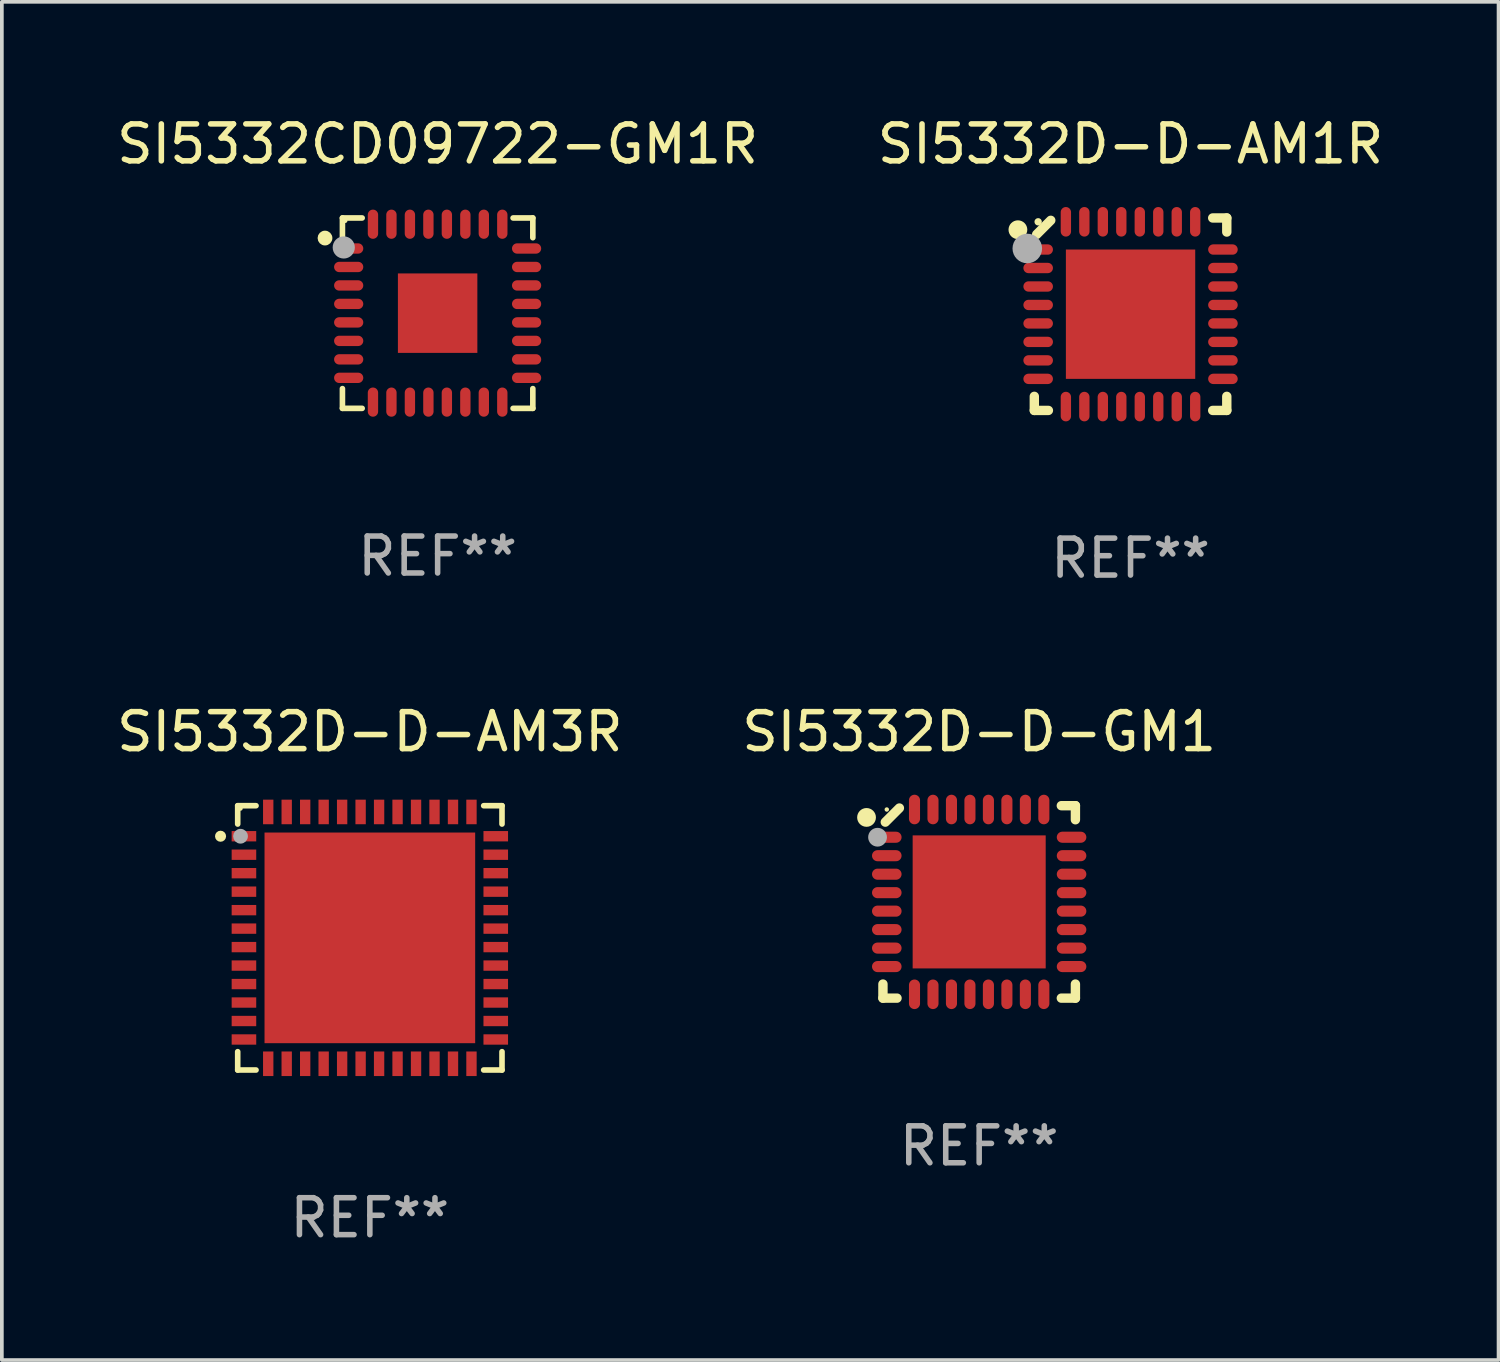
<source format=kicad_pcb>
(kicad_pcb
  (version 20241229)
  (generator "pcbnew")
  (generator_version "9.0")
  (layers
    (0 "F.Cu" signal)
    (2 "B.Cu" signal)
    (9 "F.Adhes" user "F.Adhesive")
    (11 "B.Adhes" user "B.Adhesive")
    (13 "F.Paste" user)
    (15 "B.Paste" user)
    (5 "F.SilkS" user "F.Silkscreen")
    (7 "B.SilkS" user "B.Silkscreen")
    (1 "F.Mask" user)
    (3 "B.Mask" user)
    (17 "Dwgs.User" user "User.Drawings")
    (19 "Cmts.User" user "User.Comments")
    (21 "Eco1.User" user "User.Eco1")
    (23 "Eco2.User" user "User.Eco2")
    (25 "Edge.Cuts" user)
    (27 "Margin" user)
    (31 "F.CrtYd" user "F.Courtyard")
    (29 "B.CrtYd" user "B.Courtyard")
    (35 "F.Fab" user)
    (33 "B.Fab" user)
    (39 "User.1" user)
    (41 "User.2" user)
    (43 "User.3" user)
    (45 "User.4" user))
  (footprint "SI5332CD09722-GM1R"
    (layer "F.Cu")
    (at 8.792 5.424)
    (property "Reference" "SI5332CD09722-GM1R" (at 0 -4.576 0) (layer "F.SilkS") (effects (font (size 1 1) (thickness 0.15))))
    (attr through_hole)
    (fp_line (start -2.576 -2.576) (end -2.042 -2.576) (stroke (width 0.152) (type solid)) (layer "F.SilkS"))
    (fp_line (start -2.576 -2.042) (end -2.576 -2.576) (stroke (width 0.152) (type solid)) (layer "F.SilkS"))
    (fp_line (start -2.576 2.042) (end -2.576 2.576) (stroke (width 0.152) (type solid)) (layer "F.SilkS"))
    (fp_line (start -2.576 2.576) (end -2.042 2.576) (stroke (width 0.152) (type solid)) (layer "F.SilkS"))
    (fp_line (start 2.576 -2.576) (end 2.042 -2.576) (stroke (width 0.152) (type solid)) (layer "F.SilkS"))
    (fp_line (start 2.576 -2.042) (end 2.576 -2.576) (stroke (width 0.152) (type solid)) (layer "F.SilkS"))
    (fp_line (start 2.576 2.042) (end 2.576 2.576) (stroke (width 0.152) (type solid)) (layer "F.SilkS"))
    (fp_line (start 2.576 2.576) (end 2.042 2.576) (stroke (width 0.152) (type solid)) (layer "F.SilkS"))
    (fp_circle (center -3.048 -2.032) (end -2.948 -2.032) (stroke (width 0.2) (type solid)) (fill no) (layer "F.SilkS"))
    (fp_circle (center -2.5 -2.5) (end -2.47 -2.5) (stroke (width 0.06) (type solid)) (fill no) (layer "F.SilkS"))
    (fp_circle (center -2.54 -1.778) (end -2.39 -1.778) (stroke (width 0.3) (type solid)) (fill no) (layer "F.Fab"))
    (fp_text user "REF**" (at 0 6.576 0) (layer "F.Fab") (effects (font (size 1 1) (thickness 0.15))))
    (pad "1" smd oval (at -2.407 -1.75) (size 0.79 0.28) (layers "F.Cu" "F.Mask" "F.Paste"))
    (pad "2" smd oval (at -2.407 -1.25) (size 0.79 0.28) (layers "F.Cu" "F.Mask" "F.Paste"))
    (pad "3" smd oval (at -2.407 -0.75) (size 0.79 0.28) (layers "F.Cu" "F.Mask" "F.Paste"))
    (pad "4" smd oval (at -2.407 -0.25) (size 0.79 0.28) (layers "F.Cu" "F.Mask" "F.Paste"))
    (pad "5" smd oval (at -2.407 0.25) (size 0.79 0.28) (layers "F.Cu" "F.Mask" "F.Paste"))
    (pad "6" smd oval (at -2.407 0.75) (size 0.79 0.28) (layers "F.Cu" "F.Mask" "F.Paste"))
    (pad "7" smd oval (at -2.407 1.25) (size 0.79 0.28) (layers "F.Cu" "F.Mask" "F.Paste"))
    (pad "8" smd oval (at -2.407 1.75) (size 0.79 0.28) (layers "F.Cu" "F.Mask" "F.Paste"))
    (pad "9" smd oval (at -1.75 2.407) (size 0.28 0.79) (layers "F.Cu" "F.Mask" "F.Paste"))
    (pad "10" smd oval (at -1.25 2.407) (size 0.28 0.79) (layers "F.Cu" "F.Mask" "F.Paste"))
    (pad "11" smd oval (at -0.75 2.407) (size 0.28 0.79) (layers "F.Cu" "F.Mask" "F.Paste"))
    (pad "12" smd oval (at -0.25 2.407) (size 0.28 0.79) (layers "F.Cu" "F.Mask" "F.Paste"))
    (pad "13" smd oval (at 0.25 2.407) (size 0.28 0.79) (layers "F.Cu" "F.Mask" "F.Paste"))
    (pad "14" smd oval (at 0.75 2.407) (size 0.28 0.79) (layers "F.Cu" "F.Mask" "F.Paste"))
    (pad "15" smd oval (at 1.25 2.407) (size 0.28 0.79) (layers "F.Cu" "F.Mask" "F.Paste"))
    (pad "16" smd oval (at 1.75 2.407) (size 0.28 0.79) (layers "F.Cu" "F.Mask" "F.Paste"))
    (pad "17" smd oval (at 2.407 1.75) (size 0.79 0.28) (layers "F.Cu" "F.Mask" "F.Paste"))
    (pad "18" smd oval (at 2.407 1.25) (size 0.79 0.28) (layers "F.Cu" "F.Mask" "F.Paste"))
    (pad "19" smd oval (at 2.407 0.75) (size 0.79 0.28) (layers "F.Cu" "F.Mask" "F.Paste"))
    (pad "20" smd oval (at 2.407 0.25) (size 0.79 0.28) (layers "F.Cu" "F.Mask" "F.Paste"))
    (pad "21" smd oval (at 2.407 -0.25) (size 0.79 0.28) (layers "F.Cu" "F.Mask" "F.Paste"))
    (pad "22" smd oval (at 2.407 -0.75) (size 0.79 0.28) (layers "F.Cu" "F.Mask" "F.Paste"))
    (pad "23" smd oval (at 2.407 -1.25) (size 0.79 0.28) (layers "F.Cu" "F.Mask" "F.Paste"))
    (pad "24" smd oval (at 2.407 -1.75) (size 0.79 0.28) (layers "F.Cu" "F.Mask" "F.Paste"))
    (pad "25" smd oval (at 1.75 -2.407) (size 0.28 0.79) (layers "F.Cu" "F.Mask" "F.Paste"))
    (pad "26" smd oval (at 1.25 -2.407) (size 0.28 0.79) (layers "F.Cu" "F.Mask" "F.Paste"))
    (pad "27" smd oval (at 0.75 -2.407) (size 0.28 0.79) (layers "F.Cu" "F.Mask" "F.Paste"))
    (pad "28" smd oval (at 0.25 -2.407) (size 0.28 0.79) (layers "F.Cu" "F.Mask" "F.Paste"))
    (pad "29" smd oval (at -0.25 -2.407) (size 0.28 0.79) (layers "F.Cu" "F.Mask" "F.Paste"))
    (pad "30" smd oval (at -0.75 -2.407) (size 0.28 0.79) (layers "F.Cu" "F.Mask" "F.Paste"))
    (pad "31" smd oval (at -1.25 -2.407) (size 0.28 0.79) (layers "F.Cu" "F.Mask" "F.Paste"))
    (pad "32" smd oval (at -1.75 -2.407) (size 0.28 0.79) (layers "F.Cu" "F.Mask" "F.Paste"))
    (pad "33" smd rect (at -0.000013 0.000013) (size 2.15 2.15) (layers "F.Cu" "F.Mask" "F.Paste")))
  (footprint "SI5332D-D-GM1"
    (layer "F.Cu")
    (at 23.446 21.355)
    (property "Reference" "SI5332D-D-GM1" (at 0 -4.604 0) (layer "F.SilkS") (effects (font (size 1 1) (thickness 0.15))))
    (attr through_hole)
    (fp_line (start -2.604 2.223) (end -2.604 2.604) (stroke (width 0.254) (type solid)) (layer "F.SilkS"))
    (fp_line (start -2.604 2.604) (end -2.223 2.604) (stroke (width 0.254) (type solid)) (layer "F.SilkS"))
    (fp_line (start -2.159 -2.54) (end -2.54 -2.159) (stroke (width 0.254) (type solid)) (layer "F.SilkS"))
    (fp_line (start 2.223 2.604) (end 2.604 2.604) (stroke (width 0.254) (type solid)) (layer "F.SilkS"))
    (fp_line (start 2.604 -2.604) (end 2.223 -2.604) (stroke (width 0.254) (type solid)) (layer "F.SilkS"))
    (fp_line (start 2.604 -2.223) (end 2.604 -2.604) (stroke (width 0.254) (type solid)) (layer "F.SilkS"))
    (fp_line (start 2.604 2.604) (end 2.604 2.223) (stroke (width 0.254) (type solid)) (layer "F.SilkS"))
    (fp_circle (center -3.048 -2.286) (end -2.921 -2.286) (stroke (width 0.254) (type solid)) (fill no) (layer "F.SilkS"))
    (fp_circle (center -2.5 -2.5) (end -2.47 -2.5) (stroke (width 0.06) (type solid)) (fill no) (layer "F.SilkS"))
    (fp_circle (center -2.75 -1.75) (end -2.623 -1.75) (stroke (width 0.254) (type solid)) (fill no) (layer "F.Fab"))
    (fp_text user "REF**" (at 0 6.604 0) (layer "F.Fab") (effects (font (size 1 1) (thickness 0.15))))
    (pad "1" smd oval (at -2.5 -1.75) (size 0.8 0.3) (layers "F.Cu" "F.Mask" "F.Paste"))
    (pad "2" smd oval (at -2.5 -1.25) (size 0.8 0.3) (layers "F.Cu" "F.Mask" "F.Paste"))
    (pad "3" smd oval (at -2.5 -0.75) (size 0.8 0.3) (layers "F.Cu" "F.Mask" "F.Paste"))
    (pad "4" smd oval (at -2.5 -0.25) (size 0.8 0.3) (layers "F.Cu" "F.Mask" "F.Paste"))
    (pad "5" smd oval (at -2.5 0.25) (size 0.8 0.3) (layers "F.Cu" "F.Mask" "F.Paste"))
    (pad "6" smd oval (at -2.5 0.75) (size 0.8 0.3) (layers "F.Cu" "F.Mask" "F.Paste"))
    (pad "7" smd oval (at -2.5 1.25) (size 0.8 0.3) (layers "F.Cu" "F.Mask" "F.Paste"))
    (pad "8" smd oval (at -2.5 1.75) (size 0.8 0.3) (layers "F.Cu" "F.Mask" "F.Paste"))
    (pad "9" smd oval (at -1.75 2.5) (size 0.3 0.8) (layers "F.Cu" "F.Mask" "F.Paste"))
    (pad "10" smd oval (at -1.25 2.5) (size 0.3 0.8) (layers "F.Cu" "F.Mask" "F.Paste"))
    (pad "11" smd oval (at -0.75 2.5) (size 0.3 0.8) (layers "F.Cu" "F.Mask" "F.Paste"))
    (pad "12" smd oval (at -0.25 2.5) (size 0.3 0.8) (layers "F.Cu" "F.Mask" "F.Paste"))
    (pad "13" smd oval (at 0.25 2.5) (size 0.3 0.8) (layers "F.Cu" "F.Mask" "F.Paste"))
    (pad "14" smd oval (at 0.75 2.5) (size 0.3 0.8) (layers "F.Cu" "F.Mask" "F.Paste"))
    (pad "15" smd oval (at 1.25 2.5) (size 0.3 0.8) (layers "F.Cu" "F.Mask" "F.Paste"))
    (pad "16" smd oval (at 1.75 2.5) (size 0.3 0.8) (layers "F.Cu" "F.Mask" "F.Paste"))
    (pad "17" smd oval (at 2.5 1.75) (size 0.8 0.3) (layers "F.Cu" "F.Mask" "F.Paste"))
    (pad "18" smd oval (at 2.5 1.25) (size 0.8 0.3) (layers "F.Cu" "F.Mask" "F.Paste"))
    (pad "19" smd oval (at 2.5 0.75) (size 0.8 0.3) (layers "F.Cu" "F.Mask" "F.Paste"))
    (pad "20" smd oval (at 2.5 0.25) (size 0.8 0.3) (layers "F.Cu" "F.Mask" "F.Paste"))
    (pad "21" smd oval (at 2.5 -0.25) (size 0.8 0.3) (layers "F.Cu" "F.Mask" "F.Paste"))
    (pad "22" smd oval (at 2.5 -0.75) (size 0.8 0.3) (layers "F.Cu" "F.Mask" "F.Paste"))
    (pad "23" smd oval (at 2.5 -1.25) (size 0.8 0.3) (layers "F.Cu" "F.Mask" "F.Paste"))
    (pad "24" smd oval (at 2.5 -1.75) (size 0.8 0.3) (layers "F.Cu" "F.Mask" "F.Paste"))
    (pad "25" smd oval (at 1.75 -2.5) (size 0.3 0.8) (layers "F.Cu" "F.Mask" "F.Paste"))
    (pad "26" smd oval (at 1.25 -2.5) (size 0.3 0.8) (layers "F.Cu" "F.Mask" "F.Paste"))
    (pad "27" smd oval (at 0.75 -2.5) (size 0.3 0.8) (layers "F.Cu" "F.Mask" "F.Paste"))
    (pad "28" smd oval (at 0.25 -2.5) (size 0.3 0.8) (layers "F.Cu" "F.Mask" "F.Paste"))
    (pad "29" smd oval (at -0.25 -2.5) (size 0.3 0.8) (layers "F.Cu" "F.Mask" "F.Paste"))
    (pad "30" smd oval (at -0.75 -2.5) (size 0.3 0.8) (layers "F.Cu" "F.Mask" "F.Paste"))
    (pad "31" smd oval (at -1.25 -2.5) (size 0.3 0.8) (layers "F.Cu" "F.Mask" "F.Paste"))
    (pad "32" smd oval (at -1.75 -2.5) (size 0.3 0.8) (layers "F.Cu" "F.Mask" "F.Paste"))
    (pad "33" smd rect (at -0.000076 0) (size 3.6 3.6) (layers "F.Cu" "F.Mask" "F.Paste")))
  (footprint "SI5332D-D-AM1R"
    (layer "F.Cu")
    (at 27.542 5.452)
    (property "Reference" "SI5332D-D-AM1R" (at 0 -4.604 0) (layer "F.SilkS") (effects (font (size 1 1) (thickness 0.15))))
    (attr through_hole)
    (fp_line (start -2.604 2.223) (end -2.604 2.604) (stroke (width 0.254) (type solid)) (layer "F.SilkS"))
    (fp_line (start -2.604 2.604) (end -2.223 2.604) (stroke (width 0.254) (type solid)) (layer "F.SilkS"))
    (fp_line (start -2.159 -2.54) (end -2.54 -2.159) (stroke (width 0.254) (type solid)) (layer "F.SilkS"))
    (fp_line (start 2.223 2.604) (end 2.604 2.604) (stroke (width 0.254) (type solid)) (layer "F.SilkS"))
    (fp_line (start 2.604 -2.604) (end 2.223 -2.604) (stroke (width 0.254) (type solid)) (layer "F.SilkS"))
    (fp_line (start 2.604 -2.223) (end 2.604 -2.604) (stroke (width 0.254) (type solid)) (layer "F.SilkS"))
    (fp_line (start 2.604 2.604) (end 2.604 2.223) (stroke (width 0.254) (type solid)) (layer "F.SilkS"))
    (fp_circle (center -3.048 -2.286) (end -2.921 -2.286) (stroke (width 0.254) (type solid)) (fill no) (layer "F.SilkS"))
    (fp_circle (center -2.5 -2.5) (end -2.45 -2.5) (stroke (width 0.1) (type solid)) (fill no) (layer "F.SilkS"))
    (fp_circle (center -2.794 -1.778) (end -2.594 -1.778) (stroke (width 0.4) (type solid)) (fill no) (layer "F.Fab"))
    (fp_text user "REF**" (at 0 6.604 0) (layer "F.Fab") (effects (font (size 1 1) (thickness 0.15))))
    (pad "1" smd oval (at -2.5 -1.75) (size 0.8 0.28) (layers "F.Cu" "F.Mask" "F.Paste"))
    (pad "2" smd oval (at -2.5 -1.25) (size 0.8 0.28) (layers "F.Cu" "F.Mask" "F.Paste"))
    (pad "3" smd oval (at -2.5 -0.75) (size 0.8 0.28) (layers "F.Cu" "F.Mask" "F.Paste"))
    (pad "4" smd oval (at -2.5 -0.25) (size 0.8 0.28) (layers "F.Cu" "F.Mask" "F.Paste"))
    (pad "5" smd oval (at -2.5 0.25) (size 0.8 0.28) (layers "F.Cu" "F.Mask" "F.Paste"))
    (pad "6" smd oval (at -2.5 0.75) (size 0.8 0.28) (layers "F.Cu" "F.Mask" "F.Paste"))
    (pad "7" smd oval (at -2.5 1.25) (size 0.8 0.28) (layers "F.Cu" "F.Mask" "F.Paste"))
    (pad "8" smd oval (at -2.5 1.75) (size 0.8 0.28) (layers "F.Cu" "F.Mask" "F.Paste"))
    (pad "9" smd oval (at -1.75 2.5) (size 0.28 0.8) (layers "F.Cu" "F.Mask" "F.Paste"))
    (pad "10" smd oval (at -1.25 2.5) (size 0.28 0.8) (layers "F.Cu" "F.Mask" "F.Paste"))
    (pad "11" smd oval (at -0.75 2.5) (size 0.28 0.8) (layers "F.Cu" "F.Mask" "F.Paste"))
    (pad "12" smd oval (at -0.25 2.5) (size 0.28 0.8) (layers "F.Cu" "F.Mask" "F.Paste"))
    (pad "13" smd oval (at 0.25 2.5) (size 0.28 0.8) (layers "F.Cu" "F.Mask" "F.Paste"))
    (pad "14" smd oval (at 0.75 2.5) (size 0.28 0.8) (layers "F.Cu" "F.Mask" "F.Paste"))
    (pad "15" smd oval (at 1.25 2.5) (size 0.28 0.8) (layers "F.Cu" "F.Mask" "F.Paste"))
    (pad "16" smd oval (at 1.75 2.5) (size 0.28 0.8) (layers "F.Cu" "F.Mask" "F.Paste"))
    (pad "17" smd oval (at 2.5 1.75) (size 0.8 0.28) (layers "F.Cu" "F.Mask" "F.Paste"))
    (pad "18" smd oval (at 2.5 1.25) (size 0.8 0.28) (layers "F.Cu" "F.Mask" "F.Paste"))
    (pad "19" smd oval (at 2.5 0.75) (size 0.8 0.28) (layers "F.Cu" "F.Mask" "F.Paste"))
    (pad "20" smd oval (at 2.5 0.25) (size 0.8 0.28) (layers "F.Cu" "F.Mask" "F.Paste"))
    (pad "21" smd oval (at 2.5 -0.25) (size 0.8 0.28) (layers "F.Cu" "F.Mask" "F.Paste"))
    (pad "22" smd oval (at 2.5 -0.75) (size 0.8 0.28) (layers "F.Cu" "F.Mask" "F.Paste"))
    (pad "23" smd oval (at 2.5 -1.25) (size 0.8 0.28) (layers "F.Cu" "F.Mask" "F.Paste"))
    (pad "24" smd oval (at 2.5 -1.75) (size 0.8 0.28) (layers "F.Cu" "F.Mask" "F.Paste"))
    (pad "25" smd oval (at 1.75 -2.5) (size 0.28 0.8) (layers "F.Cu" "F.Mask" "F.Paste"))
    (pad "26" smd oval (at 1.25 -2.5) (size 0.28 0.8) (layers "F.Cu" "F.Mask" "F.Paste"))
    (pad "27" smd oval (at 0.75 -2.5) (size 0.28 0.8) (layers "F.Cu" "F.Mask" "F.Paste"))
    (pad "28" smd oval (at 0.25 -2.5) (size 0.28 0.8) (layers "F.Cu" "F.Mask" "F.Paste"))
    (pad "29" smd oval (at -0.25 -2.5) (size 0.28 0.8) (layers "F.Cu" "F.Mask" "F.Paste"))
    (pad "30" smd oval (at -0.75 -2.5) (size 0.28 0.8) (layers "F.Cu" "F.Mask" "F.Paste"))
    (pad "31" smd oval (at -1.25 -2.5) (size 0.28 0.8) (layers "F.Cu" "F.Mask" "F.Paste"))
    (pad "32" smd oval (at -1.75 -2.5) (size 0.28 0.8) (layers "F.Cu" "F.Mask" "F.Paste"))
    (pad "33" smd rect (at 0.000076 0.000076) (size 3.5 3.5) (layers "F.Cu" "F.Mask" "F.Paste")))
  (footprint "SI5332D-D-AM3R"
    (layer "F.Cu")
    (at 6.958 22.328)
    (property "Reference" "SI5332D-D-AM3R" (at 0 -5.576 0) (layer "F.SilkS") (effects (font (size 1 1) (thickness 0.15))))
    (attr through_hole)
    (fp_line (start -3.576 -3.576) (end -3.576 -3.08) (stroke (width 0.152) (type solid)) (layer "F.SilkS"))
    (fp_line (start -3.576 3.576) (end -3.576 3.08) (stroke (width 0.152) (type solid)) (layer "F.SilkS"))
    (fp_line (start -3.08 -3.576) (end -3.576 -3.576) (stroke (width 0.152) (type solid)) (layer "F.SilkS"))
    (fp_line (start -3.08 3.576) (end -3.576 3.576) (stroke (width 0.152) (type solid)) (layer "F.SilkS"))
    (fp_line (start 3.08 -3.576) (end 3.576 -3.576) (stroke (width 0.152) (type solid)) (layer "F.SilkS"))
    (fp_line (start 3.08 3.576) (end 3.576 3.576) (stroke (width 0.152) (type solid)) (layer "F.SilkS"))
    (fp_line (start 3.576 -3.576) (end 3.576 -3.08) (stroke (width 0.152) (type solid)) (layer "F.SilkS"))
    (fp_line (start 3.576 3.576) (end 3.576 3.08) (stroke (width 0.152) (type solid)) (layer "F.SilkS"))
    (fp_circle (center -4.04 -2.75) (end -3.965 -2.75) (stroke (width 0.15) (type solid)) (fill no) (layer "F.SilkS"))
    (fp_circle (center -3.5 -3.5) (end -3.47 -3.5) (stroke (width 0.06) (type solid)) (fill no) (layer "F.SilkS"))
    (fp_circle (center -3.5 -2.75) (end -3.4 -2.75) (stroke (width 0.2) (type solid)) (fill no) (layer "F.Fab"))
    (fp_text user "REF**" (at 0 7.576 0) (layer "F.Fab") (effects (font (size 1 1) (thickness 0.15))))
    (pad "1" smd rect (at -3.407 -2.75) (size 0.665 0.28) (layers "F.Cu" "F.Mask" "F.Paste"))
    (pad "2" smd rect (at -3.407 -2.25) (size 0.665 0.28) (layers "F.Cu" "F.Mask" "F.Paste"))
    (pad "3" smd rect (at -3.407 -1.75) (size 0.665 0.28) (layers "F.Cu" "F.Mask" "F.Paste"))
    (pad "4" smd rect (at -3.407 -1.25) (size 0.665 0.28) (layers "F.Cu" "F.Mask" "F.Paste"))
    (pad "5" smd rect (at -3.407 -0.75) (size 0.665 0.28) (layers "F.Cu" "F.Mask" "F.Paste"))
    (pad "6" smd rect (at -3.407 -0.25) (size 0.665 0.28) (layers "F.Cu" "F.Mask" "F.Paste"))
    (pad "7" smd rect (at -3.407 0.25) (size 0.665 0.28) (layers "F.Cu" "F.Mask" "F.Paste"))
    (pad "8" smd rect (at -3.407 0.75) (size 0.665 0.28) (layers "F.Cu" "F.Mask" "F.Paste"))
    (pad "9" smd rect (at -3.407 1.25) (size 0.665 0.28) (layers "F.Cu" "F.Mask" "F.Paste"))
    (pad "10" smd rect (at -3.407 1.75) (size 0.665 0.28) (layers "F.Cu" "F.Mask" "F.Paste"))
    (pad "11" smd rect (at -3.407 2.25) (size 0.665 0.28) (layers "F.Cu" "F.Mask" "F.Paste"))
    (pad "12" smd rect (at -3.407 2.75) (size 0.665 0.28) (layers "F.Cu" "F.Mask" "F.Paste"))
    (pad "13" smd rect (at -2.75 3.407) (size 0.28 0.665) (layers "F.Cu" "F.Mask" "F.Paste"))
    (pad "14" smd rect (at -2.25 3.407) (size 0.28 0.665) (layers "F.Cu" "F.Mask" "F.Paste"))
    (pad "15" smd rect (at -1.75 3.407) (size 0.28 0.665) (layers "F.Cu" "F.Mask" "F.Paste"))
    (pad "16" smd rect (at -1.25 3.407) (size 0.28 0.665) (layers "F.Cu" "F.Mask" "F.Paste"))
    (pad "17" smd rect (at -0.75 3.407) (size 0.28 0.665) (layers "F.Cu" "F.Mask" "F.Paste"))
    (pad "18" smd rect (at -0.25 3.407) (size 0.28 0.665) (layers "F.Cu" "F.Mask" "F.Paste"))
    (pad "19" smd rect (at 0.25 3.407) (size 0.28 0.665) (layers "F.Cu" "F.Mask" "F.Paste"))
    (pad "20" smd rect (at 0.75 3.407) (size 0.28 0.665) (layers "F.Cu" "F.Mask" "F.Paste"))
    (pad "21" smd rect (at 1.25 3.407) (size 0.28 0.665) (layers "F.Cu" "F.Mask" "F.Paste"))
    (pad "22" smd rect (at 1.75 3.407) (size 0.28 0.665) (layers "F.Cu" "F.Mask" "F.Paste"))
    (pad "23" smd rect (at 2.25 3.407) (size 0.28 0.665) (layers "F.Cu" "F.Mask" "F.Paste"))
    (pad "24" smd rect (at 2.75 3.407) (size 0.28 0.665) (layers "F.Cu" "F.Mask" "F.Paste"))
    (pad "25" smd rect (at 3.407 2.75) (size 0.665 0.28) (layers "F.Cu" "F.Mask" "F.Paste"))
    (pad "26" smd rect (at 3.407 2.25) (size 0.665 0.28) (layers "F.Cu" "F.Mask" "F.Paste"))
    (pad "27" smd rect (at 3.407 1.75) (size 0.665 0.28) (layers "F.Cu" "F.Mask" "F.Paste"))
    (pad "28" smd rect (at 3.407 1.25) (size 0.665 0.28) (layers "F.Cu" "F.Mask" "F.Paste"))
    (pad "29" smd rect (at 3.407 0.75) (size 0.665 0.28) (layers "F.Cu" "F.Mask" "F.Paste"))
    (pad "30" smd rect (at 3.407 0.25) (size 0.665 0.28) (layers "F.Cu" "F.Mask" "F.Paste"))
    (pad "31" smd rect (at 3.407 -0.25) (size 0.665 0.28) (layers "F.Cu" "F.Mask" "F.Paste"))
    (pad "32" smd rect (at 3.407 -0.75) (size 0.665 0.28) (layers "F.Cu" "F.Mask" "F.Paste"))
    (pad "33" smd rect (at 3.407 -1.25) (size 0.665 0.28) (layers "F.Cu" "F.Mask" "F.Paste"))
    (pad "34" smd rect (at 3.407 -1.75) (size 0.665 0.28) (layers "F.Cu" "F.Mask" "F.Paste"))
    (pad "35" smd rect (at 3.407 -2.25) (size 0.665 0.28) (layers "F.Cu" "F.Mask" "F.Paste"))
    (pad "36" smd rect (at 3.407 -2.75) (size 0.665 0.28) (layers "F.Cu" "F.Mask" "F.Paste"))
    (pad "37" smd rect (at 2.75 -3.407) (size 0.28 0.665) (layers "F.Cu" "F.Mask" "F.Paste"))
    (pad "38" smd rect (at 2.25 -3.407) (size 0.28 0.665) (layers "F.Cu" "F.Mask" "F.Paste"))
    (pad "39" smd rect (at 1.75 -3.407) (size 0.28 0.665) (layers "F.Cu" "F.Mask" "F.Paste"))
    (pad "40" smd rect (at 1.25 -3.407) (size 0.28 0.665) (layers "F.Cu" "F.Mask" "F.Paste"))
    (pad "41" smd rect (at 0.75 -3.407) (size 0.28 0.665) (layers "F.Cu" "F.Mask" "F.Paste"))
    (pad "42" smd rect (at 0.25 -3.407) (size 0.28 0.665) (layers "F.Cu" "F.Mask" "F.Paste"))
    (pad "43" smd rect (at -0.25 -3.407) (size 0.28 0.665) (layers "F.Cu" "F.Mask" "F.Paste"))
    (pad "44" smd rect (at -0.75 -3.407) (size 0.28 0.665) (layers "F.Cu" "F.Mask" "F.Paste"))
    (pad "45" smd rect (at -1.25 -3.407) (size 0.28 0.665) (layers "F.Cu" "F.Mask" "F.Paste"))
    (pad "46" smd rect (at -1.75 -3.407) (size 0.28 0.665) (layers "F.Cu" "F.Mask" "F.Paste"))
    (pad "47" smd rect (at -2.25 -3.407) (size 0.28 0.665) (layers "F.Cu" "F.Mask" "F.Paste"))
    (pad "48" smd rect (at -2.75 -3.407) (size 0.28 0.665) (layers "F.Cu" "F.Mask" "F.Paste"))
    (pad "49" smd rect (at 0 0) (size 5.7 5.7) (layers "F.Cu" "F.Mask" "F.Paste")))
  (gr_rect
    (start -3 -3)
    (end 37.5 33.752)
    (stroke (width 0.1) (type default))
    (fill no)
    (layer "Edge.Cuts")))
</source>
